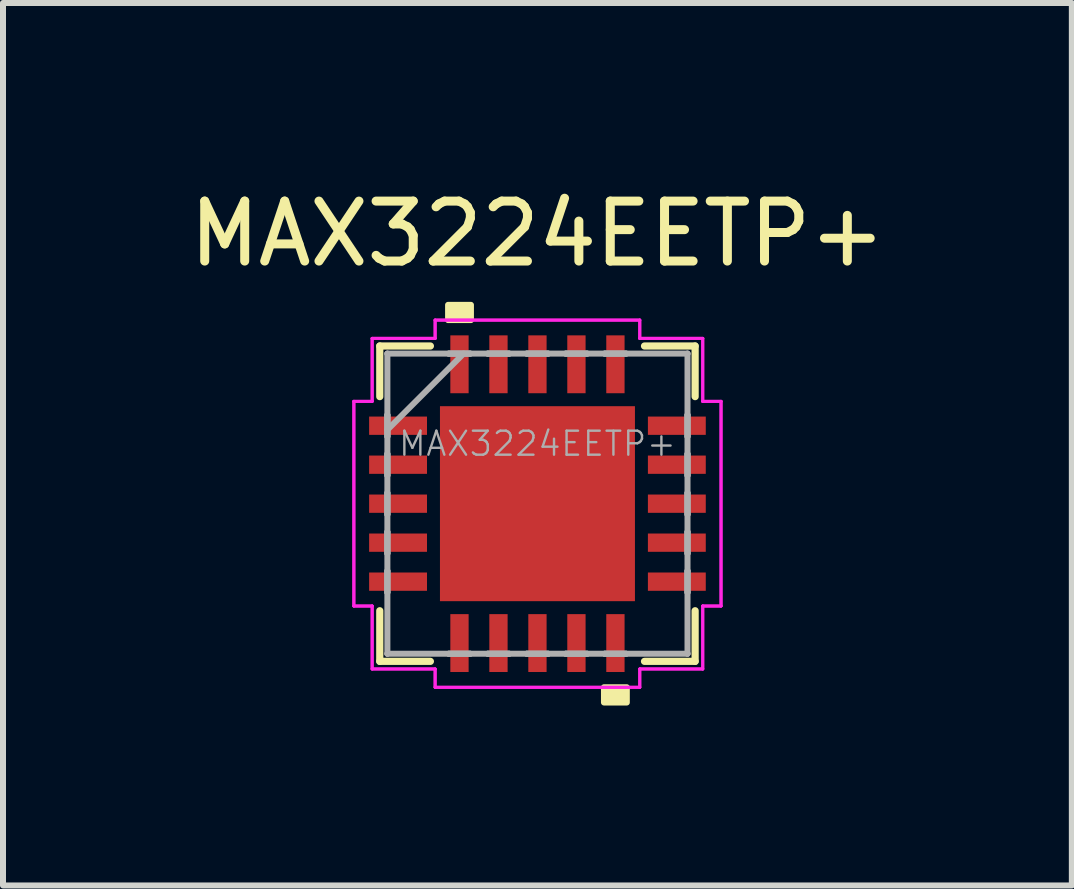
<source format=kicad_pcb>
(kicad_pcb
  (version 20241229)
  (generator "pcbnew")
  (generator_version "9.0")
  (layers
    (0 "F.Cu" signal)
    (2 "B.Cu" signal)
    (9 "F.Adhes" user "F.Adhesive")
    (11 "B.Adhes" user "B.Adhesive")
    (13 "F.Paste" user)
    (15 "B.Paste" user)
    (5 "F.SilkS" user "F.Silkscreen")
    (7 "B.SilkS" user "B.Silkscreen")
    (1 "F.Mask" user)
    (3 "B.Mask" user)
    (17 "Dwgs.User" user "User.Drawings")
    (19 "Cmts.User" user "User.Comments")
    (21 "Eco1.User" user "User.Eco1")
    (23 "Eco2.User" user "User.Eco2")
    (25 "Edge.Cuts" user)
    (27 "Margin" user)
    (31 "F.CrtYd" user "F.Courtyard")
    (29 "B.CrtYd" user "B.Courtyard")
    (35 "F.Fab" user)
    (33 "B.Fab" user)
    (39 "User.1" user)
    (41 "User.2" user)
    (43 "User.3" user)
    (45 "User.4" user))
  (footprint "MAX3224EETP+"
    (layer "F.Cu")
    (at 5.911 5.348)
    (property "Reference" "MAX3224EETP+" (at 0 -4.5 0) (layer "F.SilkS") (effects (font (size 1 1) (thickness 0.15))))
    (attr through_hole)
    (fp_line (start -2.629 -2.629) (end -2.629 -1.785) (stroke (width 0.12) (type solid)) (layer "F.SilkS"))
    (fp_line (start -2.629 1.785) (end -2.629 2.629) (stroke (width 0.12) (type solid)) (layer "F.SilkS"))
    (fp_line (start -2.629 2.629) (end -1.785 2.629) (stroke (width 0.12) (type solid)) (layer "F.SilkS"))
    (fp_line (start -1.785 -2.629) (end -2.629 -2.629) (stroke (width 0.12) (type solid)) (layer "F.SilkS"))
    (fp_line (start 1.785 2.629) (end 2.629 2.629) (stroke (width 0.12) (type solid)) (layer "F.SilkS"))
    (fp_line (start 2.629 -2.629) (end 1.785 -2.629) (stroke (width 0.12) (type solid)) (layer "F.SilkS"))
    (fp_line (start 2.629 -1.785) (end 2.629 -2.629) (stroke (width 0.12) (type solid)) (layer "F.SilkS"))
    (fp_line (start 2.629 2.629) (end 2.629 1.785) (stroke (width 0.12) (type solid)) (layer "F.SilkS"))
    (fp_poly (pts (xy -1.49 -3.061) (xy -1.49 -3.315) (xy -1.109 -3.315) (xy -1.109 -3.061)) (stroke (width 0.1) (type solid)) (fill yes) (layer "F.SilkS"))
    (fp_poly (pts (xy 1.109 3.061) (xy 1.109 3.315) (xy 1.49 3.315) (xy 1.49 3.061)) (stroke (width 0.1) (type solid)) (fill yes) (layer "F.SilkS"))
    (fp_poly (pts (xy -1.526 -1.526) (xy -1.526 -0.1) (xy -0.1 -0.1) (xy -0.1 -1.526)) (stroke (width 0.1) (type solid)) (fill yes) (layer "F.Paste"))
    (fp_poly (pts (xy -1.526 0.1) (xy -1.526 1.526) (xy -0.1 1.526) (xy -0.1 0.1)) (stroke (width 0.1) (type solid)) (fill yes) (layer "F.Paste"))
    (fp_poly (pts (xy 0.1 -1.526) (xy 0.1 -0.1) (xy 1.526 -0.1) (xy 1.526 -1.526)) (stroke (width 0.1) (type solid)) (fill yes) (layer "F.Paste"))
    (fp_poly (pts (xy 0.1 0.1) (xy 0.1 1.526) (xy 1.526 1.526) (xy 1.526 0.1)) (stroke (width 0.1) (type solid)) (fill yes) (layer "F.Paste"))
    (fp_line (start -3.061 -1.706) (end -2.756 -1.706) (stroke (width 0.05) (type solid)) (layer "F.CrtYd"))
    (fp_line (start -3.061 -1.706) (end -2.756 -1.706) (stroke (width 0.05) (type solid)) (layer "F.CrtYd"))
    (fp_line (start -3.061 1.706) (end -3.061 -1.706) (stroke (width 0.05) (type solid)) (layer "F.CrtYd"))
    (fp_line (start -3.061 1.706) (end -3.061 -1.706) (stroke (width 0.05) (type solid)) (layer "F.CrtYd"))
    (fp_line (start -2.756 -2.756) (end -1.706 -2.756) (stroke (width 0.05) (type solid)) (layer "F.CrtYd"))
    (fp_line (start -2.756 -2.756) (end -1.706 -2.756) (stroke (width 0.05) (type solid)) (layer "F.CrtYd"))
    (fp_line (start -2.756 -1.706) (end -2.756 -2.756) (stroke (width 0.05) (type solid)) (layer "F.CrtYd"))
    (fp_line (start -2.756 -1.706) (end -2.756 -2.756) (stroke (width 0.05) (type solid)) (layer "F.CrtYd"))
    (fp_line (start -2.756 1.706) (end -3.061 1.706) (stroke (width 0.05) (type solid)) (layer "F.CrtYd"))
    (fp_line (start -2.756 1.706) (end -3.061 1.706) (stroke (width 0.05) (type solid)) (layer "F.CrtYd"))
    (fp_line (start -2.756 2.756) (end -2.756 1.706) (stroke (width 0.05) (type solid)) (layer "F.CrtYd"))
    (fp_line (start -2.756 2.756) (end -2.756 1.706) (stroke (width 0.05) (type solid)) (layer "F.CrtYd"))
    (fp_line (start -1.706 -3.061) (end 1.706 -3.061) (stroke (width 0.05) (type solid)) (layer "F.CrtYd"))
    (fp_line (start -1.706 -3.061) (end 1.706 -3.061) (stroke (width 0.05) (type solid)) (layer "F.CrtYd"))
    (fp_line (start -1.706 -2.756) (end -1.706 -3.061) (stroke (width 0.05) (type solid)) (layer "F.CrtYd"))
    (fp_line (start -1.706 -2.756) (end -1.706 -3.061) (stroke (width 0.05) (type solid)) (layer "F.CrtYd"))
    (fp_line (start -1.706 2.756) (end -2.756 2.756) (stroke (width 0.05) (type solid)) (layer "F.CrtYd"))
    (fp_line (start -1.706 2.756) (end -2.756 2.756) (stroke (width 0.05) (type solid)) (layer "F.CrtYd"))
    (fp_line (start -1.706 3.061) (end -1.706 2.756) (stroke (width 0.05) (type solid)) (layer "F.CrtYd"))
    (fp_line (start -1.706 3.061) (end -1.706 2.756) (stroke (width 0.05) (type solid)) (layer "F.CrtYd"))
    (fp_line (start 1.706 -3.061) (end 1.706 -2.756) (stroke (width 0.05) (type solid)) (layer "F.CrtYd"))
    (fp_line (start 1.706 -3.061) (end 1.706 -2.756) (stroke (width 0.05) (type solid)) (layer "F.CrtYd"))
    (fp_line (start 1.706 -2.756) (end 2.756 -2.756) (stroke (width 0.05) (type solid)) (layer "F.CrtYd"))
    (fp_line (start 1.706 -2.756) (end 2.756 -2.756) (stroke (width 0.05) (type solid)) (layer "F.CrtYd"))
    (fp_line (start 1.706 2.756) (end 1.706 3.061) (stroke (width 0.05) (type solid)) (layer "F.CrtYd"))
    (fp_line (start 1.706 2.756) (end 1.706 3.061) (stroke (width 0.05) (type solid)) (layer "F.CrtYd"))
    (fp_line (start 1.706 3.061) (end -1.706 3.061) (stroke (width 0.05) (type solid)) (layer "F.CrtYd"))
    (fp_line (start 1.706 3.061) (end -1.706 3.061) (stroke (width 0.05) (type solid)) (layer "F.CrtYd"))
    (fp_line (start 2.756 -2.756) (end 2.756 -1.706) (stroke (width 0.05) (type solid)) (layer "F.CrtYd"))
    (fp_line (start 2.756 -2.756) (end 2.756 -1.706) (stroke (width 0.05) (type solid)) (layer "F.CrtYd"))
    (fp_line (start 2.756 -1.706) (end 3.061 -1.706) (stroke (width 0.05) (type solid)) (layer "F.CrtYd"))
    (fp_line (start 2.756 -1.706) (end 3.061 -1.706) (stroke (width 0.05) (type solid)) (layer "F.CrtYd"))
    (fp_line (start 2.756 1.706) (end 2.756 2.756) (stroke (width 0.05) (type solid)) (layer "F.CrtYd"))
    (fp_line (start 2.756 1.706) (end 2.756 2.756) (stroke (width 0.05) (type solid)) (layer "F.CrtYd"))
    (fp_line (start 2.756 2.756) (end 1.706 2.756) (stroke (width 0.05) (type solid)) (layer "F.CrtYd"))
    (fp_line (start 2.756 2.756) (end 1.706 2.756) (stroke (width 0.05) (type solid)) (layer "F.CrtYd"))
    (fp_line (start 3.061 -1.706) (end 3.061 1.706) (stroke (width 0.05) (type solid)) (layer "F.CrtYd"))
    (fp_line (start 3.061 -1.706) (end 3.061 1.706) (stroke (width 0.05) (type solid)) (layer "F.CrtYd"))
    (fp_line (start 3.061 1.706) (end 2.756 1.706) (stroke (width 0.05) (type solid)) (layer "F.CrtYd"))
    (fp_line (start 3.061 1.706) (end 2.756 1.706) (stroke (width 0.05) (type solid)) (layer "F.CrtYd"))
    (fp_line (start -2.502 -2.502) (end -2.502 -2.502) (stroke (width 0.1) (type solid)) (layer "F.Fab"))
    (fp_line (start -2.502 -2.502) (end -2.502 2.502) (stroke (width 0.1) (type solid)) (layer "F.Fab"))
    (fp_line (start -2.502 -1.478) (end -2.502 -1.478) (stroke (width 0.1) (type solid)) (layer "F.Fab"))
    (fp_line (start -2.502 -1.478) (end -2.502 -1.122) (stroke (width 0.1) (type solid)) (layer "F.Fab"))
    (fp_line (start -2.502 -1.232) (end -1.232 -2.502) (stroke (width 0.1) (type solid)) (layer "F.Fab"))
    (fp_line (start -2.502 -1.122) (end -2.502 -1.478) (stroke (width 0.1) (type solid)) (layer "F.Fab"))
    (fp_line (start -2.502 -1.122) (end -2.502 -1.122) (stroke (width 0.1) (type solid)) (layer "F.Fab"))
    (fp_line (start -2.502 -0.828) (end -2.502 -0.828) (stroke (width 0.1) (type solid)) (layer "F.Fab"))
    (fp_line (start -2.502 -0.828) (end -2.502 -0.472) (stroke (width 0.1) (type solid)) (layer "F.Fab"))
    (fp_line (start -2.502 -0.472) (end -2.502 -0.828) (stroke (width 0.1) (type solid)) (layer "F.Fab"))
    (fp_line (start -2.502 -0.472) (end -2.502 -0.472) (stroke (width 0.1) (type solid)) (layer "F.Fab"))
    (fp_line (start -2.502 -0.178) (end -2.502 -0.178) (stroke (width 0.1) (type solid)) (layer "F.Fab"))
    (fp_line (start -2.502 -0.178) (end -2.502 0.178) (stroke (width 0.1) (type solid)) (layer "F.Fab"))
    (fp_line (start -2.502 0.178) (end -2.502 -0.178) (stroke (width 0.1) (type solid)) (layer "F.Fab"))
    (fp_line (start -2.502 0.178) (end -2.502 0.178) (stroke (width 0.1) (type solid)) (layer "F.Fab"))
    (fp_line (start -2.502 0.472) (end -2.502 0.472) (stroke (width 0.1) (type solid)) (layer "F.Fab"))
    (fp_line (start -2.502 0.472) (end -2.502 0.828) (stroke (width 0.1) (type solid)) (layer "F.Fab"))
    (fp_line (start -2.502 0.828) (end -2.502 0.472) (stroke (width 0.1) (type solid)) (layer "F.Fab"))
    (fp_line (start -2.502 0.828) (end -2.502 0.828) (stroke (width 0.1) (type solid)) (layer "F.Fab"))
    (fp_line (start -2.502 1.122) (end -2.502 1.122) (stroke (width 0.1) (type solid)) (layer "F.Fab"))
    (fp_line (start -2.502 1.122) (end -2.502 1.478) (stroke (width 0.1) (type solid)) (layer "F.Fab"))
    (fp_line (start -2.502 1.478) (end -2.502 1.122) (stroke (width 0.1) (type solid)) (layer "F.Fab"))
    (fp_line (start -2.502 1.478) (end -2.502 1.478) (stroke (width 0.1) (type solid)) (layer "F.Fab"))
    (fp_line (start -2.502 2.502) (end -2.502 2.502) (stroke (width 0.1) (type solid)) (layer "F.Fab"))
    (fp_line (start -2.502 2.502) (end 2.502 2.502) (stroke (width 0.1) (type solid)) (layer "F.Fab"))
    (fp_line (start -1.478 -2.502) (end -1.478 -2.502) (stroke (width 0.1) (type solid)) (layer "F.Fab"))
    (fp_line (start -1.478 -2.502) (end -1.122 -2.502) (stroke (width 0.1) (type solid)) (layer "F.Fab"))
    (fp_line (start -1.478 2.502) (end -1.478 2.502) (stroke (width 0.1) (type solid)) (layer "F.Fab"))
    (fp_line (start -1.478 2.502) (end -1.122 2.502) (stroke (width 0.1) (type solid)) (layer "F.Fab"))
    (fp_line (start -1.122 -2.502) (end -1.478 -2.502) (stroke (width 0.1) (type solid)) (layer "F.Fab"))
    (fp_line (start -1.122 -2.502) (end -1.122 -2.502) (stroke (width 0.1) (type solid)) (layer "F.Fab"))
    (fp_line (start -1.122 2.502) (end -1.478 2.502) (stroke (width 0.1) (type solid)) (layer "F.Fab"))
    (fp_line (start -1.122 2.502) (end -1.122 2.502) (stroke (width 0.1) (type solid)) (layer "F.Fab"))
    (fp_line (start -0.828 -2.502) (end -0.828 -2.502) (stroke (width 0.1) (type solid)) (layer "F.Fab"))
    (fp_line (start -0.828 -2.502) (end -0.472 -2.502) (stroke (width 0.1) (type solid)) (layer "F.Fab"))
    (fp_line (start -0.828 2.502) (end -0.828 2.502) (stroke (width 0.1) (type solid)) (layer "F.Fab"))
    (fp_line (start -0.828 2.502) (end -0.472 2.502) (stroke (width 0.1) (type solid)) (layer "F.Fab"))
    (fp_line (start -0.472 -2.502) (end -0.828 -2.502) (stroke (width 0.1) (type solid)) (layer "F.Fab"))
    (fp_line (start -0.472 -2.502) (end -0.472 -2.502) (stroke (width 0.1) (type solid)) (layer "F.Fab"))
    (fp_line (start -0.472 2.502) (end -0.828 2.502) (stroke (width 0.1) (type solid)) (layer "F.Fab"))
    (fp_line (start -0.472 2.502) (end -0.472 2.502) (stroke (width 0.1) (type solid)) (layer "F.Fab"))
    (fp_line (start -0.178 -2.502) (end -0.178 -2.502) (stroke (width 0.1) (type solid)) (layer "F.Fab"))
    (fp_line (start -0.178 -2.502) (end 0.178 -2.502) (stroke (width 0.1) (type solid)) (layer "F.Fab"))
    (fp_line (start -0.178 2.502) (end -0.178 2.502) (stroke (width 0.1) (type solid)) (layer "F.Fab"))
    (fp_line (start -0.178 2.502) (end 0.178 2.502) (stroke (width 0.1) (type solid)) (layer "F.Fab"))
    (fp_line (start 0.178 -2.502) (end -0.178 -2.502) (stroke (width 0.1) (type solid)) (layer "F.Fab"))
    (fp_line (start 0.178 -2.502) (end 0.178 -2.502) (stroke (width 0.1) (type solid)) (layer "F.Fab"))
    (fp_line (start 0.178 2.502) (end -0.178 2.502) (stroke (width 0.1) (type solid)) (layer "F.Fab"))
    (fp_line (start 0.178 2.502) (end 0.178 2.502) (stroke (width 0.1) (type solid)) (layer "F.Fab"))
    (fp_line (start 0.472 -2.502) (end 0.472 -2.502) (stroke (width 0.1) (type solid)) (layer "F.Fab"))
    (fp_line (start 0.472 -2.502) (end 0.828 -2.502) (stroke (width 0.1) (type solid)) (layer "F.Fab"))
    (fp_line (start 0.472 2.502) (end 0.472 2.502) (stroke (width 0.1) (type solid)) (layer "F.Fab"))
    (fp_line (start 0.472 2.502) (end 0.828 2.502) (stroke (width 0.1) (type solid)) (layer "F.Fab"))
    (fp_line (start 0.828 -2.502) (end 0.472 -2.502) (stroke (width 0.1) (type solid)) (layer "F.Fab"))
    (fp_line (start 0.828 -2.502) (end 0.828 -2.502) (stroke (width 0.1) (type solid)) (layer "F.Fab"))
    (fp_line (start 0.828 2.502) (end 0.472 2.502) (stroke (width 0.1) (type solid)) (layer "F.Fab"))
    (fp_line (start 0.828 2.502) (end 0.828 2.502) (stroke (width 0.1) (type solid)) (layer "F.Fab"))
    (fp_line (start 1.122 -2.502) (end 1.122 -2.502) (stroke (width 0.1) (type solid)) (layer "F.Fab"))
    (fp_line (start 1.122 -2.502) (end 1.478 -2.502) (stroke (width 0.1) (type solid)) (layer "F.Fab"))
    (fp_line (start 1.122 2.502) (end 1.122 2.502) (stroke (width 0.1) (type solid)) (layer "F.Fab"))
    (fp_line (start 1.122 2.502) (end 1.478 2.502) (stroke (width 0.1) (type solid)) (layer "F.Fab"))
    (fp_line (start 1.478 -2.502) (end 1.122 -2.502) (stroke (width 0.1) (type solid)) (layer "F.Fab"))
    (fp_line (start 1.478 -2.502) (end 1.478 -2.502) (stroke (width 0.1) (type solid)) (layer "F.Fab"))
    (fp_line (start 1.478 2.502) (end 1.122 2.502) (stroke (width 0.1) (type solid)) (layer "F.Fab"))
    (fp_line (start 1.478 2.502) (end 1.478 2.502) (stroke (width 0.1) (type solid)) (layer "F.Fab"))
    (fp_line (start 2.502 -2.502) (end -2.502 -2.502) (stroke (width 0.1) (type solid)) (layer "F.Fab"))
    (fp_line (start 2.502 -2.502) (end 2.502 -2.502) (stroke (width 0.1) (type solid)) (layer "F.Fab"))
    (fp_line (start 2.502 -1.478) (end 2.502 -1.478) (stroke (width 0.1) (type solid)) (layer "F.Fab"))
    (fp_line (start 2.502 -1.478) (end 2.502 -1.122) (stroke (width 0.1) (type solid)) (layer "F.Fab"))
    (fp_line (start 2.502 -1.122) (end 2.502 -1.478) (stroke (width 0.1) (type solid)) (layer "F.Fab"))
    (fp_line (start 2.502 -1.122) (end 2.502 -1.122) (stroke (width 0.1) (type solid)) (layer "F.Fab"))
    (fp_line (start 2.502 -0.828) (end 2.502 -0.828) (stroke (width 0.1) (type solid)) (layer "F.Fab"))
    (fp_line (start 2.502 -0.828) (end 2.502 -0.472) (stroke (width 0.1) (type solid)) (layer "F.Fab"))
    (fp_line (start 2.502 -0.472) (end 2.502 -0.828) (stroke (width 0.1) (type solid)) (layer "F.Fab"))
    (fp_line (start 2.502 -0.472) (end 2.502 -0.472) (stroke (width 0.1) (type solid)) (layer "F.Fab"))
    (fp_line (start 2.502 -0.178) (end 2.502 -0.178) (stroke (width 0.1) (type solid)) (layer "F.Fab"))
    (fp_line (start 2.502 -0.178) (end 2.502 0.178) (stroke (width 0.1) (type solid)) (layer "F.Fab"))
    (fp_line (start 2.502 0.178) (end 2.502 -0.178) (stroke (width 0.1) (type solid)) (layer "F.Fab"))
    (fp_line (start 2.502 0.178) (end 2.502 0.178) (stroke (width 0.1) (type solid)) (layer "F.Fab"))
    (fp_line (start 2.502 0.472) (end 2.502 0.472) (stroke (width 0.1) (type solid)) (layer "F.Fab"))
    (fp_line (start 2.502 0.472) (end 2.502 0.828) (stroke (width 0.1) (type solid)) (layer "F.Fab"))
    (fp_line (start 2.502 0.828) (end 2.502 0.472) (stroke (width 0.1) (type solid)) (layer "F.Fab"))
    (fp_line (start 2.502 0.828) (end 2.502 0.828) (stroke (width 0.1) (type solid)) (layer "F.Fab"))
    (fp_line (start 2.502 1.122) (end 2.502 1.122) (stroke (width 0.1) (type solid)) (layer "F.Fab"))
    (fp_line (start 2.502 1.122) (end 2.502 1.478) (stroke (width 0.1) (type solid)) (layer "F.Fab"))
    (fp_line (start 2.502 1.478) (end 2.502 1.122) (stroke (width 0.1) (type solid)) (layer "F.Fab"))
    (fp_line (start 2.502 1.478) (end 2.502 1.478) (stroke (width 0.1) (type solid)) (layer "F.Fab"))
    (fp_line (start 2.502 2.502) (end 2.502 -2.502) (stroke (width 0.1) (type solid)) (layer "F.Fab"))
    (fp_line (start 2.502 2.502) (end 2.502 2.502) (stroke (width 0.1) (type solid)) (layer "F.Fab"))
    (fp_text user "${REFERENCE}" (at 0 -1 0) (layer "F.Fab") (effects (font (size 0.4 0.4) (thickness 0.04))))
    (pad "1" smd rect (at -2.324 -1.3 90) (size 0.305 0.965) (layers "F.Cu" "F.Mask" "F.Paste"))
    (pad "2" smd rect (at -2.324 -0.65 90) (size 0.305 0.965) (layers "F.Cu" "F.Mask" "F.Paste"))
    (pad "3" smd rect (at -2.324 0 90) (size 0.305 0.965) (layers "F.Cu" "F.Mask" "F.Paste"))
    (pad "4" smd rect (at -2.324 0.65 90) (size 0.305 0.965) (layers "F.Cu" "F.Mask" "F.Paste"))
    (pad "5" smd rect (at -2.324 1.3 90) (size 0.305 0.965) (layers "F.Cu" "F.Mask" "F.Paste"))
    (pad "6" smd rect (at -1.3 2.324) (size 0.305 0.965) (layers "F.Cu" "F.Mask" "F.Paste"))
    (pad "7" smd rect (at -0.65 2.324) (size 0.305 0.965) (layers "F.Cu" "F.Mask" "F.Paste"))
    (pad "8" smd rect (at 0 2.324) (size 0.305 0.965) (layers "F.Cu" "F.Mask" "F.Paste"))
    (pad "9" smd rect (at 0.65 2.324) (size 0.305 0.965) (layers "F.Cu" "F.Mask" "F.Paste"))
    (pad "10" smd rect (at 1.3 2.324) (size 0.305 0.965) (layers "F.Cu" "F.Mask" "F.Paste"))
    (pad "11" smd rect (at 2.324 1.3 90) (size 0.305 0.965) (layers "F.Cu" "F.Mask" "F.Paste"))
    (pad "12" smd rect (at 2.324 0.65 90) (size 0.305 0.965) (layers "F.Cu" "F.Mask" "F.Paste"))
    (pad "13" smd rect (at 2.324 0 90) (size 0.305 0.965) (layers "F.Cu" "F.Mask" "F.Paste"))
    (pad "14" smd rect (at 2.324 -0.65 90) (size 0.305 0.965) (layers "F.Cu" "F.Mask" "F.Paste"))
    (pad "15" smd rect (at 2.324 -1.3 90) (size 0.305 0.965) (layers "F.Cu" "F.Mask" "F.Paste"))
    (pad "16" smd rect (at 1.3 -2.324) (size 0.305 0.965) (layers "F.Cu" "F.Mask" "F.Paste"))
    (pad "17" smd rect (at 0.65 -2.324) (size 0.305 0.965) (layers "F.Cu" "F.Mask" "F.Paste"))
    (pad "18" smd rect (at 0 -2.324) (size 0.305 0.965) (layers "F.Cu" "F.Mask" "F.Paste"))
    (pad "19" smd rect (at -0.65 -2.324) (size 0.305 0.965) (layers "F.Cu" "F.Mask" "F.Paste"))
    (pad "20" smd rect (at -1.3 -2.324) (size 0.305 0.965) (layers "F.Cu" "F.Mask" "F.Paste"))
    (pad "21" smd rect (at 0 0) (size 3.251 3.251) (layers "F.Cu" "F.Mask")))
  (gr_rect
    (start -3 -3)
    (end 14.821 11.713)
    (stroke (width 0.1) (type default))
    (fill no)
    (layer "Edge.Cuts")))
</source>
